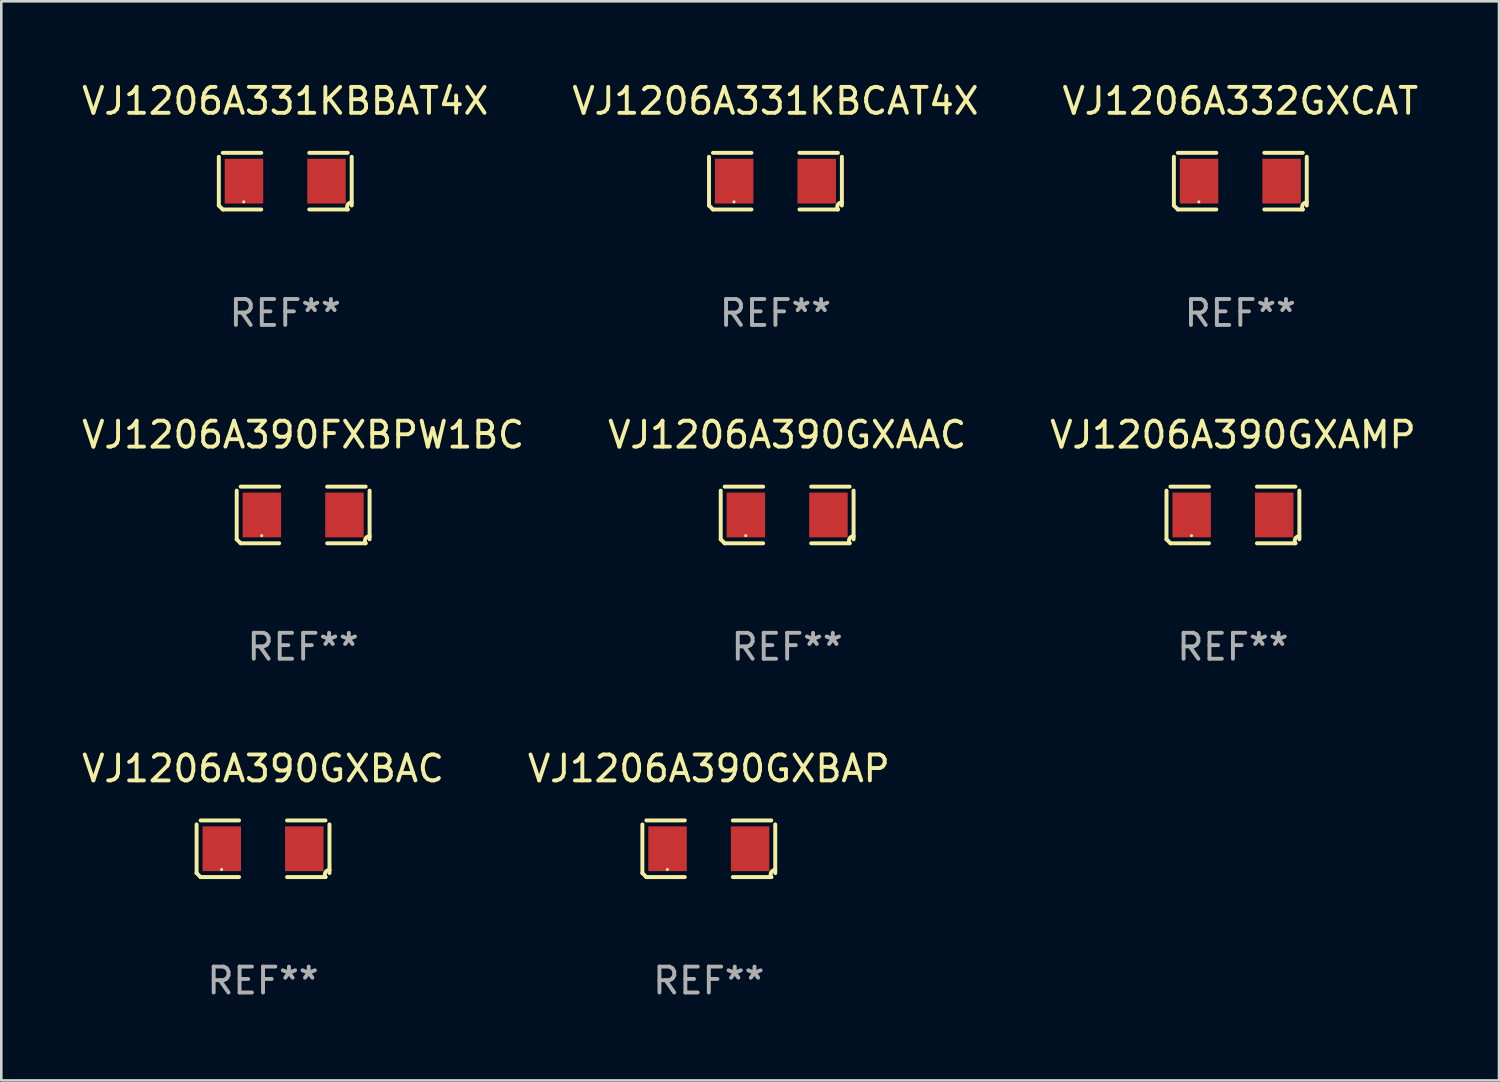
<source format=kicad_pcb>
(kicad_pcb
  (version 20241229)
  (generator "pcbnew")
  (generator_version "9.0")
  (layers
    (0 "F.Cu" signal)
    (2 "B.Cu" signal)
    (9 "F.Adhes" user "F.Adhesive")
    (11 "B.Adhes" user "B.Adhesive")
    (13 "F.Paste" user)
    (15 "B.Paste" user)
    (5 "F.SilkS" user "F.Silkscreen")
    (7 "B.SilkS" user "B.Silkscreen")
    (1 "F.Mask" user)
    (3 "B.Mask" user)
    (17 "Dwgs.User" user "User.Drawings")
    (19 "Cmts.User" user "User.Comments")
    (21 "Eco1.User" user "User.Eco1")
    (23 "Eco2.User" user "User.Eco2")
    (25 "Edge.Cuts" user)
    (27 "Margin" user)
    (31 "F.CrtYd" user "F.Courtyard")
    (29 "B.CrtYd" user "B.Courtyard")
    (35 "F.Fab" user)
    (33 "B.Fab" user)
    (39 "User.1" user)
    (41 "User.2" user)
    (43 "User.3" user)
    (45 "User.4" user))
  (footprint "VJ1206A390GXAMP"
    (layer "F.Cu")
    (at 44.53 16.823)
    (property "Reference" "VJ1206A390GXAMP" (at 0 -3.093 0) (layer "F.SilkS") (effects (font (size 1 1) (thickness 0.15))))
    (attr through_hole)
    (fp_line (start -2.564 0.94) (end -2.564 -0.94) (stroke (width 0.152) (type solid)) (layer "F.SilkS"))
    (fp_line (start -2.411 -1.093) (end -0.926 -1.093) (stroke (width 0.152) (type solid)) (layer "F.SilkS"))
    (fp_line (start -0.926 1.093) (end -2.411 1.093) (stroke (width 0.152) (type solid)) (layer "F.SilkS"))
    (fp_line (start 0.926 1.093) (end 2.411 1.093) (stroke (width 0.152) (type solid)) (layer "F.SilkS"))
    (fp_line (start 2.411 -1.093) (end 0.926 -1.093) (stroke (width 0.152) (type solid)) (layer "F.SilkS"))
    (fp_line (start 2.564 0.94) (end 2.564 -0.94) (stroke (width 0.152) (type solid)) (layer "F.SilkS"))
    (fp_arc (start -2.411201 1.092609) (mid -2.487413 1.01642) (end -2.563602 0.940208) (stroke (width 0.1524) (type solid)) (layer "F.SilkS"))
    (fp_arc (start 2.411201 1.092609) (mid 2.407159 0.911226) (end 2.563602 0.819347) (stroke (width 0.1524) (type solid)) (layer "F.SilkS"))
    (fp_circle (center -1.6 0.8) (end -1.57 0.8) (stroke (width 0.06) (type solid)) (fill no) (layer "F.SilkS"))
    (fp_text user "REF**" (at 0 5.093 0) (layer "F.Fab") (effects (font (size 1 1) (thickness 0.15))))
    (pad "1" smd rect (at -1.593 0) (size 1.485 1.728) (layers "F.Cu" "F.Mask" "F.Paste"))
    (pad "2" smd rect (at 1.593 0) (size 1.485 1.728) (layers "F.Cu" "F.Mask" "F.Paste")))
  (footprint "VJ1206A390FXBPW1BC"
    (layer "F.Cu")
    (at 8.649 16.823)
    (property "Reference" "VJ1206A390FXBPW1BC" (at 0 -3.093 0) (layer "F.SilkS") (effects (font (size 1 1) (thickness 0.15))))
    (attr through_hole)
    (fp_line (start -2.564 0.94) (end -2.564 -0.94) (stroke (width 0.152) (type solid)) (layer "F.SilkS"))
    (fp_line (start -2.411 -1.093) (end -0.926 -1.093) (stroke (width 0.152) (type solid)) (layer "F.SilkS"))
    (fp_line (start -0.926 1.093) (end -2.411 1.093) (stroke (width 0.152) (type solid)) (layer "F.SilkS"))
    (fp_line (start 0.926 1.093) (end 2.411 1.093) (stroke (width 0.152) (type solid)) (layer "F.SilkS"))
    (fp_line (start 2.411 -1.093) (end 0.926 -1.093) (stroke (width 0.152) (type solid)) (layer "F.SilkS"))
    (fp_line (start 2.564 0.94) (end 2.564 -0.94) (stroke (width 0.152) (type solid)) (layer "F.SilkS"))
    (fp_arc (start -2.411201 1.092609) (mid -2.487413 1.01642) (end -2.563602 0.940208) (stroke (width 0.1524) (type solid)) (layer "F.SilkS"))
    (fp_arc (start 2.411201 1.092609) (mid 2.407159 0.911226) (end 2.563602 0.819347) (stroke (width 0.1524) (type solid)) (layer "F.SilkS"))
    (fp_circle (center -1.6 0.8) (end -1.57 0.8) (stroke (width 0.06) (type solid)) (fill no) (layer "F.SilkS"))
    (fp_text user "REF**" (at 0 5.093 0) (layer "F.Fab") (effects (font (size 1 1) (thickness 0.15))))
    (pad "1" smd rect (at -1.593 0) (size 1.485 1.728) (layers "F.Cu" "F.Mask" "F.Paste"))
    (pad "2" smd rect (at 1.593 0) (size 1.485 1.728) (layers "F.Cu" "F.Mask" "F.Paste")))
  (footprint "VJ1206A390GXBAP"
    (layer "F.Cu")
    (at 24.304 29.704)
    (property "Reference" "VJ1206A390GXBAP" (at 0 -3.093 0) (layer "F.SilkS") (effects (font (size 1 1) (thickness 0.15))))
    (attr through_hole)
    (fp_line (start -2.564 0.94) (end -2.564 -0.94) (stroke (width 0.152) (type solid)) (layer "F.SilkS"))
    (fp_line (start -2.411 -1.093) (end -0.926 -1.093) (stroke (width 0.152) (type solid)) (layer "F.SilkS"))
    (fp_line (start -0.926 1.093) (end -2.411 1.093) (stroke (width 0.152) (type solid)) (layer "F.SilkS"))
    (fp_line (start 0.926 1.093) (end 2.411 1.093) (stroke (width 0.152) (type solid)) (layer "F.SilkS"))
    (fp_line (start 2.411 -1.093) (end 0.926 -1.093) (stroke (width 0.152) (type solid)) (layer "F.SilkS"))
    (fp_line (start 2.564 0.94) (end 2.564 -0.94) (stroke (width 0.152) (type solid)) (layer "F.SilkS"))
    (fp_arc (start -2.411201 1.092609) (mid -2.487413 1.01642) (end -2.563602 0.940208) (stroke (width 0.1524) (type solid)) (layer "F.SilkS"))
    (fp_arc (start 2.411201 1.092609) (mid 2.407159 0.911226) (end 2.563602 0.819347) (stroke (width 0.1524) (type solid)) (layer "F.SilkS"))
    (fp_circle (center -1.6 0.8) (end -1.57 0.8) (stroke (width 0.06) (type solid)) (fill no) (layer "F.SilkS"))
    (fp_text user "REF**" (at 0 5.093 0) (layer "F.Fab") (effects (font (size 1 1) (thickness 0.15))))
    (pad "1" smd rect (at -1.593 0) (size 1.485 1.728) (layers "F.Cu" "F.Mask" "F.Paste"))
    (pad "2" smd rect (at 1.593 0) (size 1.485 1.728) (layers "F.Cu" "F.Mask" "F.Paste")))
  (footprint "VJ1206A390GXAAC"
    (layer "F.Cu")
    (at 27.327 16.823)
    (property "Reference" "VJ1206A390GXAAC" (at 0 -3.093 0) (layer "F.SilkS") (effects (font (size 1 1) (thickness 0.15))))
    (attr through_hole)
    (fp_line (start -2.564 0.94) (end -2.564 -0.94) (stroke (width 0.152) (type solid)) (layer "F.SilkS"))
    (fp_line (start -2.411 -1.093) (end -0.926 -1.093) (stroke (width 0.152) (type solid)) (layer "F.SilkS"))
    (fp_line (start -0.926 1.093) (end -2.411 1.093) (stroke (width 0.152) (type solid)) (layer "F.SilkS"))
    (fp_line (start 0.926 1.093) (end 2.411 1.093) (stroke (width 0.152) (type solid)) (layer "F.SilkS"))
    (fp_line (start 2.411 -1.093) (end 0.926 -1.093) (stroke (width 0.152) (type solid)) (layer "F.SilkS"))
    (fp_line (start 2.564 0.94) (end 2.564 -0.94) (stroke (width 0.152) (type solid)) (layer "F.SilkS"))
    (fp_arc (start -2.411201 1.092609) (mid -2.487413 1.01642) (end -2.563602 0.940208) (stroke (width 0.1524) (type solid)) (layer "F.SilkS"))
    (fp_arc (start 2.411201 1.092609) (mid 2.407159 0.911226) (end 2.563602 0.819347) (stroke (width 0.1524) (type solid)) (layer "F.SilkS"))
    (fp_circle (center -1.6 0.8) (end -1.57 0.8) (stroke (width 0.06) (type solid)) (fill no) (layer "F.SilkS"))
    (fp_text user "REF**" (at 0 5.093 0) (layer "F.Fab") (effects (font (size 1 1) (thickness 0.15))))
    (pad "1" smd rect (at -1.593 0) (size 1.485 1.728) (layers "F.Cu" "F.Mask" "F.Paste"))
    (pad "2" smd rect (at 1.593 0) (size 1.485 1.728) (layers "F.Cu" "F.Mask" "F.Paste")))
  (footprint "VJ1206A332GXCAT"
    (layer "F.Cu")
    (at 44.815 3.941)
    (property "Reference" "VJ1206A332GXCAT" (at 0 -3.093 0) (layer "F.SilkS") (effects (font (size 1 1) (thickness 0.15))))
    (attr through_hole)
    (fp_line (start -2.564 0.94) (end -2.564 -0.94) (stroke (width 0.152) (type solid)) (layer "F.SilkS"))
    (fp_line (start -2.411 -1.093) (end -0.926 -1.093) (stroke (width 0.152) (type solid)) (layer "F.SilkS"))
    (fp_line (start -0.926 1.093) (end -2.411 1.093) (stroke (width 0.152) (type solid)) (layer "F.SilkS"))
    (fp_line (start 0.926 1.093) (end 2.411 1.093) (stroke (width 0.152) (type solid)) (layer "F.SilkS"))
    (fp_line (start 2.411 -1.093) (end 0.926 -1.093) (stroke (width 0.152) (type solid)) (layer "F.SilkS"))
    (fp_line (start 2.564 0.94) (end 2.564 -0.94) (stroke (width 0.152) (type solid)) (layer "F.SilkS"))
    (fp_arc (start -2.411201 1.092609) (mid -2.487413 1.01642) (end -2.563602 0.940208) (stroke (width 0.1524) (type solid)) (layer "F.SilkS"))
    (fp_arc (start 2.411201 1.092609) (mid 2.407159 0.911226) (end 2.563602 0.819347) (stroke (width 0.1524) (type solid)) (layer "F.SilkS"))
    (fp_circle (center -1.6 0.8) (end -1.57 0.8) (stroke (width 0.06) (type solid)) (fill no) (layer "F.SilkS"))
    (fp_text user "REF**" (at 0 5.093 0) (layer "F.Fab") (effects (font (size 1 1) (thickness 0.15))))
    (pad "1" smd rect (at -1.593 0) (size 1.485 1.728) (layers "F.Cu" "F.Mask" "F.Paste"))
    (pad "2" smd rect (at 1.593 0) (size 1.485 1.728) (layers "F.Cu" "F.Mask" "F.Paste")))
  (footprint "VJ1206A331KBCAT4X"
    (layer "F.Cu")
    (at 26.875 3.941)
    (property "Reference" "VJ1206A331KBCAT4X" (at 0 -3.093 0) (layer "F.SilkS") (effects (font (size 1 1) (thickness 0.15))))
    (attr through_hole)
    (fp_line (start -2.564 0.94) (end -2.564 -0.94) (stroke (width 0.152) (type solid)) (layer "F.SilkS"))
    (fp_line (start -2.411 -1.093) (end -0.926 -1.093) (stroke (width 0.152) (type solid)) (layer "F.SilkS"))
    (fp_line (start -0.926 1.093) (end -2.411 1.093) (stroke (width 0.152) (type solid)) (layer "F.SilkS"))
    (fp_line (start 0.926 1.093) (end 2.411 1.093) (stroke (width 0.152) (type solid)) (layer "F.SilkS"))
    (fp_line (start 2.411 -1.093) (end 0.926 -1.093) (stroke (width 0.152) (type solid)) (layer "F.SilkS"))
    (fp_line (start 2.564 0.94) (end 2.564 -0.94) (stroke (width 0.152) (type solid)) (layer "F.SilkS"))
    (fp_arc (start -2.411201 1.092609) (mid -2.487413 1.01642) (end -2.563602 0.940208) (stroke (width 0.1524) (type solid)) (layer "F.SilkS"))
    (fp_arc (start 2.411201 1.092609) (mid 2.407159 0.911226) (end 2.563602 0.819347) (stroke (width 0.1524) (type solid)) (layer "F.SilkS"))
    (fp_circle (center -1.6 0.8) (end -1.57 0.8) (stroke (width 0.06) (type solid)) (fill no) (layer "F.SilkS"))
    (fp_text user "REF**" (at 0 5.093 0) (layer "F.Fab") (effects (font (size 1 1) (thickness 0.15))))
    (pad "1" smd rect (at -1.593 0) (size 1.485 1.728) (layers "F.Cu" "F.Mask" "F.Paste"))
    (pad "2" smd rect (at 1.593 0) (size 1.485 1.728) (layers "F.Cu" "F.Mask" "F.Paste")))
  (footprint "VJ1206A331KBBAT4X"
    (layer "F.Cu")
    (at 7.958 3.941)
    (property "Reference" "VJ1206A331KBBAT4X" (at 0 -3.093 0) (layer "F.SilkS") (effects (font (size 1 1) (thickness 0.15))))
    (attr through_hole)
    (fp_line (start -2.564 0.94) (end -2.564 -0.94) (stroke (width 0.152) (type solid)) (layer "F.SilkS"))
    (fp_line (start -2.411 -1.093) (end -0.926 -1.093) (stroke (width 0.152) (type solid)) (layer "F.SilkS"))
    (fp_line (start -0.926 1.093) (end -2.411 1.093) (stroke (width 0.152) (type solid)) (layer "F.SilkS"))
    (fp_line (start 0.926 1.093) (end 2.411 1.093) (stroke (width 0.152) (type solid)) (layer "F.SilkS"))
    (fp_line (start 2.411 -1.093) (end 0.926 -1.093) (stroke (width 0.152) (type solid)) (layer "F.SilkS"))
    (fp_line (start 2.564 0.94) (end 2.564 -0.94) (stroke (width 0.152) (type solid)) (layer "F.SilkS"))
    (fp_arc (start -2.411201 1.092609) (mid -2.487413 1.01642) (end -2.563602 0.940208) (stroke (width 0.1524) (type solid)) (layer "F.SilkS"))
    (fp_arc (start 2.411201 1.092609) (mid 2.407159 0.911226) (end 2.563602 0.819347) (stroke (width 0.1524) (type solid)) (layer "F.SilkS"))
    (fp_circle (center -1.6 0.8) (end -1.57 0.8) (stroke (width 0.06) (type solid)) (fill no) (layer "F.SilkS"))
    (fp_text user "REF**" (at 0 5.093 0) (layer "F.Fab") (effects (font (size 1 1) (thickness 0.15))))
    (pad "1" smd rect (at -1.593 0) (size 1.485 1.728) (layers "F.Cu" "F.Mask" "F.Paste"))
    (pad "2" smd rect (at 1.593 0) (size 1.485 1.728) (layers "F.Cu" "F.Mask" "F.Paste")))
  (footprint "VJ1206A390GXBAC"
    (layer "F.Cu")
    (at 7.101 29.704)
    (property "Reference" "VJ1206A390GXBAC" (at 0 -3.093 0) (layer "F.SilkS") (effects (font (size 1 1) (thickness 0.15))))
    (attr through_hole)
    (fp_line (start -2.564 0.94) (end -2.564 -0.94) (stroke (width 0.152) (type solid)) (layer "F.SilkS"))
    (fp_line (start -2.411 -1.093) (end -0.926 -1.093) (stroke (width 0.152) (type solid)) (layer "F.SilkS"))
    (fp_line (start -0.926 1.093) (end -2.411 1.093) (stroke (width 0.152) (type solid)) (layer "F.SilkS"))
    (fp_line (start 0.926 1.093) (end 2.411 1.093) (stroke (width 0.152) (type solid)) (layer "F.SilkS"))
    (fp_line (start 2.411 -1.093) (end 0.926 -1.093) (stroke (width 0.152) (type solid)) (layer "F.SilkS"))
    (fp_line (start 2.564 0.94) (end 2.564 -0.94) (stroke (width 0.152) (type solid)) (layer "F.SilkS"))
    (fp_arc (start -2.411201 1.092609) (mid -2.487413 1.01642) (end -2.563602 0.940208) (stroke (width 0.1524) (type solid)) (layer "F.SilkS"))
    (fp_arc (start 2.411201 1.092609) (mid 2.407159 0.911226) (end 2.563602 0.819347) (stroke (width 0.1524) (type solid)) (layer "F.SilkS"))
    (fp_circle (center -1.6 0.8) (end -1.57 0.8) (stroke (width 0.06) (type solid)) (fill no) (layer "F.SilkS"))
    (fp_text user "REF**" (at 0 5.093 0) (layer "F.Fab") (effects (font (size 1 1) (thickness 0.15))))
    (pad "1" smd rect (at -1.593 0) (size 1.485 1.728) (layers "F.Cu" "F.Mask" "F.Paste"))
    (pad "2" smd rect (at 1.593 0) (size 1.485 1.728) (layers "F.Cu" "F.Mask" "F.Paste")))
  (gr_rect
    (start -3 -3)
    (end 54.798 38.645)
    (stroke (width 0.1) (type default))
    (fill no)
    (layer "Edge.Cuts")))
</source>
